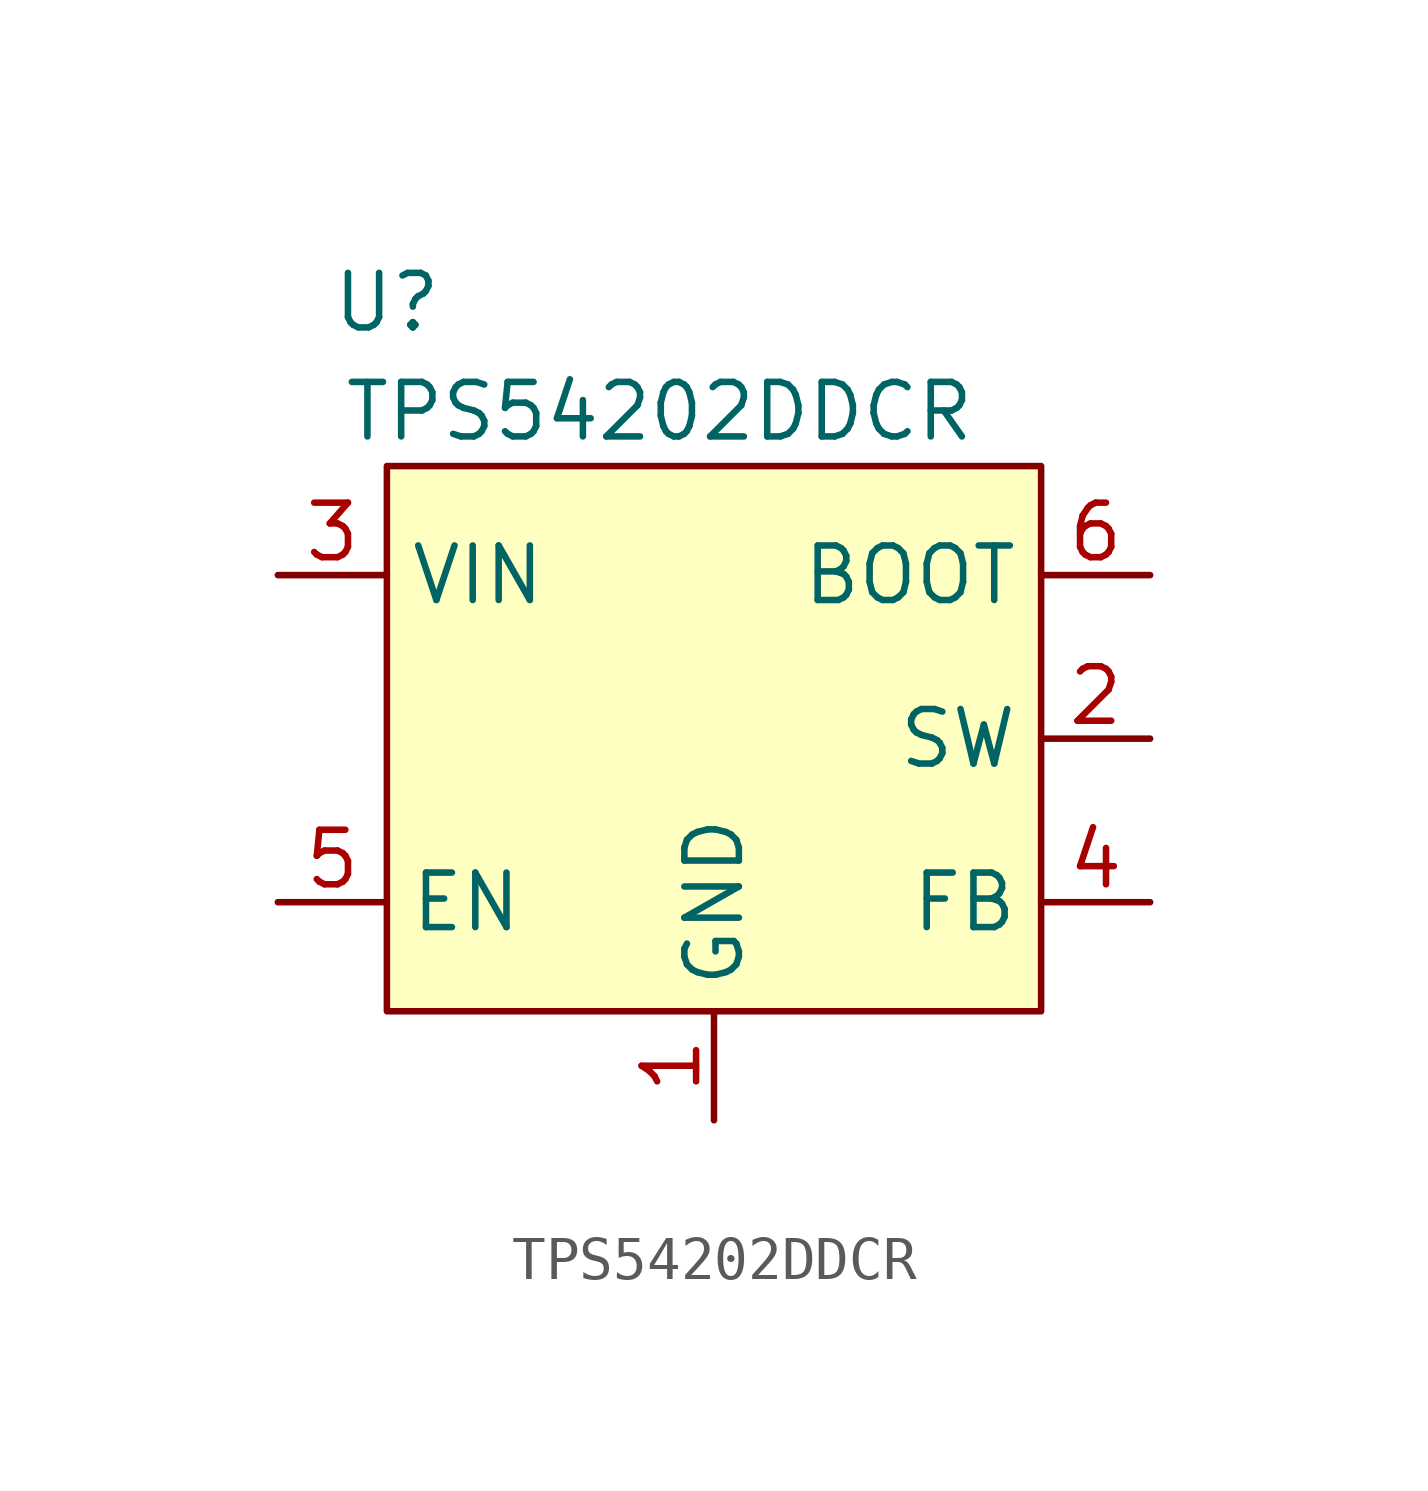
<source format=kicad_sym>
(kicad_symbol_lib
  (version 20220914)
  (generator kicad_symbol_editor)
  (symbol "TPS54202DDCR"
    (property "Reference" "U"
      (at -7.62 10.16 0)
      (effects (font (size 1.27 1.27))))
    (property "Value" "TPS54202DDCR"
      (at -1.27 7.62 0)
      (effects (font (size 1.27 1.27))))
    (symbol "TPS54202DDCR_1_1"
      (rectangle (start -7.62 6.35) (end 7.62 -6.35) (stroke (width 0) (type default)) (fill (type background)))
      (pin input line (at 0 -8.89 90) (length 2.54) (name "GND" (effects (font (size 1.27 1.27)))) (number "1" (effects (font (size 1.27 1.27)))))
      (pin input line (at 10.16 0 180) (length 2.54) (name "SW" (effects (font (size 1.27 1.27)))) (number "2" (effects (font (size 1.27 1.27)))))
      (pin input line (at -10.16 3.81 0) (length 2.54) (name "VIN" (effects (font (size 1.27 1.27)))) (number "3" (effects (font (size 1.27 1.27)))))
      (pin input line (at 10.16 -3.81 180) (length 2.54) (name "FB" (effects (font (size 1.27 1.27)))) (number "4" (effects (font (size 1.27 1.27)))))
      (pin input line (at -10.16 -3.81 0) (length 2.54) (name "EN" (effects (font (size 1.27 1.27)))) (number "5" (effects (font (size 1.27 1.27)))))
      (pin input line (at 10.16 3.81 180) (length 2.54) (name "BOOT" (effects (font (size 1.27 1.27)))) (number "6" (effects (font (size 1.27 1.27))))))))
</source>
